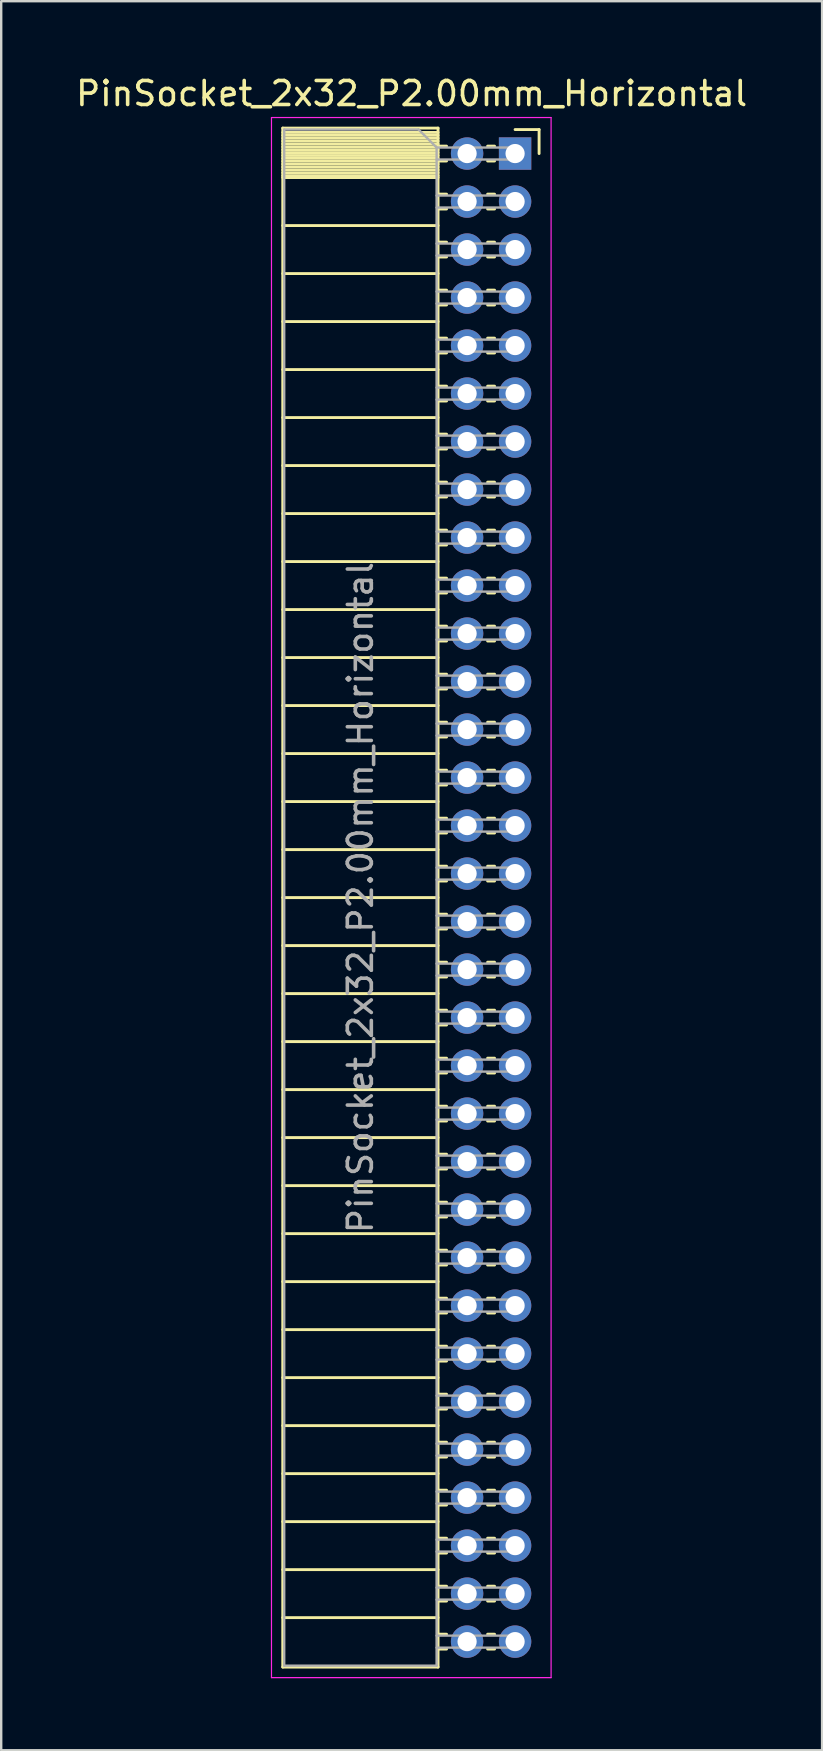
<source format=kicad_pcb>
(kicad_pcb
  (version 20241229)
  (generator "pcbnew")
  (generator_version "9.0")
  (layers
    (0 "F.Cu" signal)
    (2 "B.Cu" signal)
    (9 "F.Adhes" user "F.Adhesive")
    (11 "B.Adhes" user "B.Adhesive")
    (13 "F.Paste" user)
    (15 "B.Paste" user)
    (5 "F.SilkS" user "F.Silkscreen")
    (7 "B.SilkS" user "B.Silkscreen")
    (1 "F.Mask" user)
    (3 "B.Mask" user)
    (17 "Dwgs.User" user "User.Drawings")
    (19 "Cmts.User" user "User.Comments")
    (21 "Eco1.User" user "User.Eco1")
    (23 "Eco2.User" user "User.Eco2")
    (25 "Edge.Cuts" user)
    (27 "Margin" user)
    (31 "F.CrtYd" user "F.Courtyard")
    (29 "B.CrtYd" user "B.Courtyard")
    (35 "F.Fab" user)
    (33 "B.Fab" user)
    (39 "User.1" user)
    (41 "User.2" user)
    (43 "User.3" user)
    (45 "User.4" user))
  (footprint "PinSocket_2x32_P2.00mm_Horizontal"
    (layer "F.Cu")
    (at 18.411 3.348)
    (property "Reference" "PinSocket_2x32_P2.00mm_Horizontal" (at -4.31 -2.5 0) (layer "F.SilkS") (effects (font (size 1 1) (thickness 0.15))))
    (attr through_hole)
    (fp_line (start -9.68 -1.06) (end -3.21 -1.06) (stroke (width 0.12) (type solid)) (layer "F.SilkS"))
    (fp_line (start -9.68 -0.88) (end -3.21 -0.88) (stroke (width 0.12) (type solid)) (layer "F.SilkS"))
    (fp_line (start -9.68 -0.76) (end -3.21 -0.76) (stroke (width 0.12) (type solid)) (layer "F.SilkS"))
    (fp_line (start -9.68 -0.64) (end -3.21 -0.64) (stroke (width 0.12) (type solid)) (layer "F.SilkS"))
    (fp_line (start -9.68 -0.52) (end -3.21 -0.52) (stroke (width 0.12) (type solid)) (layer "F.SilkS"))
    (fp_line (start -9.68 -0.4) (end -3.21 -0.4) (stroke (width 0.12) (type solid)) (layer "F.SilkS"))
    (fp_line (start -9.68 -0.28) (end -3.21 -0.28) (stroke (width 0.12) (type solid)) (layer "F.SilkS"))
    (fp_line (start -9.68 -0.16) (end -3.21 -0.16) (stroke (width 0.12) (type solid)) (layer "F.SilkS"))
    (fp_line (start -9.68 -0.04) (end -3.21 -0.04) (stroke (width 0.12) (type solid)) (layer "F.SilkS"))
    (fp_line (start -9.68 0.08) (end -3.21 0.08) (stroke (width 0.12) (type solid)) (layer "F.SilkS"))
    (fp_line (start -9.68 0.2) (end -3.21 0.2) (stroke (width 0.12) (type solid)) (layer "F.SilkS"))
    (fp_line (start -9.68 0.32) (end -3.21 0.32) (stroke (width 0.12) (type solid)) (layer "F.SilkS"))
    (fp_line (start -9.68 0.44) (end -3.21 0.44) (stroke (width 0.12) (type solid)) (layer "F.SilkS"))
    (fp_line (start -9.68 0.56) (end -3.21 0.56) (stroke (width 0.12) (type solid)) (layer "F.SilkS"))
    (fp_line (start -9.68 0.68) (end -3.21 0.68) (stroke (width 0.12) (type solid)) (layer "F.SilkS"))
    (fp_line (start -9.68 0.8) (end -3.21 0.8) (stroke (width 0.12) (type solid)) (layer "F.SilkS"))
    (fp_line (start -9.68 0.92) (end -3.21 0.92) (stroke (width 0.12) (type solid)) (layer "F.SilkS"))
    (fp_line (start -9.68 1) (end -3.21 1) (stroke (width 0.12) (type solid)) (layer "F.SilkS"))
    (fp_line (start -9.68 3) (end -3.21 3) (stroke (width 0.12) (type solid)) (layer "F.SilkS"))
    (fp_line (start -9.68 5) (end -3.21 5) (stroke (width 0.12) (type solid)) (layer "F.SilkS"))
    (fp_line (start -9.68 7) (end -3.21 7) (stroke (width 0.12) (type solid)) (layer "F.SilkS"))
    (fp_line (start -9.68 9) (end -3.21 9) (stroke (width 0.12) (type solid)) (layer "F.SilkS"))
    (fp_line (start -9.68 11) (end -3.21 11) (stroke (width 0.12) (type solid)) (layer "F.SilkS"))
    (fp_line (start -9.68 13) (end -3.21 13) (stroke (width 0.12) (type solid)) (layer "F.SilkS"))
    (fp_line (start -9.68 15) (end -3.21 15) (stroke (width 0.12) (type solid)) (layer "F.SilkS"))
    (fp_line (start -9.68 17) (end -3.21 17) (stroke (width 0.12) (type solid)) (layer "F.SilkS"))
    (fp_line (start -9.68 19) (end -3.21 19) (stroke (width 0.12) (type solid)) (layer "F.SilkS"))
    (fp_line (start -9.68 21) (end -3.21 21) (stroke (width 0.12) (type solid)) (layer "F.SilkS"))
    (fp_line (start -9.68 23) (end -3.21 23) (stroke (width 0.12) (type solid)) (layer "F.SilkS"))
    (fp_line (start -9.68 25) (end -3.21 25) (stroke (width 0.12) (type solid)) (layer "F.SilkS"))
    (fp_line (start -9.68 27) (end -3.21 27) (stroke (width 0.12) (type solid)) (layer "F.SilkS"))
    (fp_line (start -9.68 29) (end -3.21 29) (stroke (width 0.12) (type solid)) (layer "F.SilkS"))
    (fp_line (start -9.68 31) (end -3.21 31) (stroke (width 0.12) (type solid)) (layer "F.SilkS"))
    (fp_line (start -9.68 33) (end -3.21 33) (stroke (width 0.12) (type solid)) (layer "F.SilkS"))
    (fp_line (start -9.68 35) (end -3.21 35) (stroke (width 0.12) (type solid)) (layer "F.SilkS"))
    (fp_line (start -9.68 37) (end -3.21 37) (stroke (width 0.12) (type solid)) (layer "F.SilkS"))
    (fp_line (start -9.68 39) (end -3.21 39) (stroke (width 0.12) (type solid)) (layer "F.SilkS"))
    (fp_line (start -9.68 41) (end -3.21 41) (stroke (width 0.12) (type solid)) (layer "F.SilkS"))
    (fp_line (start -9.68 43) (end -3.21 43) (stroke (width 0.12) (type solid)) (layer "F.SilkS"))
    (fp_line (start -9.68 45) (end -3.21 45) (stroke (width 0.12) (type solid)) (layer "F.SilkS"))
    (fp_line (start -9.68 47) (end -3.21 47) (stroke (width 0.12) (type solid)) (layer "F.SilkS"))
    (fp_line (start -9.68 49) (end -3.21 49) (stroke (width 0.12) (type solid)) (layer "F.SilkS"))
    (fp_line (start -9.68 51) (end -3.21 51) (stroke (width 0.12) (type solid)) (layer "F.SilkS"))
    (fp_line (start -9.68 53) (end -3.21 53) (stroke (width 0.12) (type solid)) (layer "F.SilkS"))
    (fp_line (start -9.68 55) (end -3.21 55) (stroke (width 0.12) (type solid)) (layer "F.SilkS"))
    (fp_line (start -9.68 57) (end -3.21 57) (stroke (width 0.12) (type solid)) (layer "F.SilkS"))
    (fp_line (start -9.68 59) (end -3.21 59) (stroke (width 0.12) (type solid)) (layer "F.SilkS"))
    (fp_line (start -9.68 61) (end -3.21 61) (stroke (width 0.12) (type solid)) (layer "F.SilkS"))
    (fp_line (start -9.68 63.06) (end -9.68 -1.06) (stroke (width 0.12) (type solid)) (layer "F.SilkS"))
    (fp_line (start -3.21 -1.06) (end -3.21 63.06) (stroke (width 0.12) (type solid)) (layer "F.SilkS"))
    (fp_line (start -3.21 -0.31) (end -2.855 -0.31) (stroke (width 0.12) (type solid)) (layer "F.SilkS"))
    (fp_line (start -3.21 1.69) (end -2.855 1.69) (stroke (width 0.12) (type solid)) (layer "F.SilkS"))
    (fp_line (start -3.21 3.69) (end -2.855 3.69) (stroke (width 0.12) (type solid)) (layer "F.SilkS"))
    (fp_line (start -3.21 5.69) (end -2.855 5.69) (stroke (width 0.12) (type solid)) (layer "F.SilkS"))
    (fp_line (start -3.21 7.69) (end -2.855 7.69) (stroke (width 0.12) (type solid)) (layer "F.SilkS"))
    (fp_line (start -3.21 9.69) (end -2.855 9.69) (stroke (width 0.12) (type solid)) (layer "F.SilkS"))
    (fp_line (start -3.21 11.69) (end -2.855 11.69) (stroke (width 0.12) (type solid)) (layer "F.SilkS"))
    (fp_line (start -3.21 13.69) (end -2.855 13.69) (stroke (width 0.12) (type solid)) (layer "F.SilkS"))
    (fp_line (start -3.21 15.69) (end -2.855 15.69) (stroke (width 0.12) (type solid)) (layer "F.SilkS"))
    (fp_line (start -3.21 17.69) (end -2.855 17.69) (stroke (width 0.12) (type solid)) (layer "F.SilkS"))
    (fp_line (start -3.21 19.69) (end -2.855 19.69) (stroke (width 0.12) (type solid)) (layer "F.SilkS"))
    (fp_line (start -3.21 21.69) (end -2.855 21.69) (stroke (width 0.12) (type solid)) (layer "F.SilkS"))
    (fp_line (start -3.21 23.69) (end -2.855 23.69) (stroke (width 0.12) (type solid)) (layer "F.SilkS"))
    (fp_line (start -3.21 25.69) (end -2.855 25.69) (stroke (width 0.12) (type solid)) (layer "F.SilkS"))
    (fp_line (start -3.21 27.69) (end -2.855 27.69) (stroke (width 0.12) (type solid)) (layer "F.SilkS"))
    (fp_line (start -3.21 29.69) (end -2.855 29.69) (stroke (width 0.12) (type solid)) (layer "F.SilkS"))
    (fp_line (start -3.21 31.69) (end -2.855 31.69) (stroke (width 0.12) (type solid)) (layer "F.SilkS"))
    (fp_line (start -3.21 33.69) (end -2.855 33.69) (stroke (width 0.12) (type solid)) (layer "F.SilkS"))
    (fp_line (start -3.21 35.69) (end -2.855 35.69) (stroke (width 0.12) (type solid)) (layer "F.SilkS"))
    (fp_line (start -3.21 37.69) (end -2.855 37.69) (stroke (width 0.12) (type solid)) (layer "F.SilkS"))
    (fp_line (start -3.21 39.69) (end -2.855 39.69) (stroke (width 0.12) (type solid)) (layer "F.SilkS"))
    (fp_line (start -3.21 41.69) (end -2.855 41.69) (stroke (width 0.12) (type solid)) (layer "F.SilkS"))
    (fp_line (start -3.21 43.69) (end -2.855 43.69) (stroke (width 0.12) (type solid)) (layer "F.SilkS"))
    (fp_line (start -3.21 45.69) (end -2.855 45.69) (stroke (width 0.12) (type solid)) (layer "F.SilkS"))
    (fp_line (start -3.21 47.69) (end -2.855 47.69) (stroke (width 0.12) (type solid)) (layer "F.SilkS"))
    (fp_line (start -3.21 49.69) (end -2.855 49.69) (stroke (width 0.12) (type solid)) (layer "F.SilkS"))
    (fp_line (start -3.21 51.69) (end -2.855 51.69) (stroke (width 0.12) (type solid)) (layer "F.SilkS"))
    (fp_line (start -3.21 53.69) (end -2.855 53.69) (stroke (width 0.12) (type solid)) (layer "F.SilkS"))
    (fp_line (start -3.21 55.69) (end -2.855 55.69) (stroke (width 0.12) (type solid)) (layer "F.SilkS"))
    (fp_line (start -3.21 57.69) (end -2.855 57.69) (stroke (width 0.12) (type solid)) (layer "F.SilkS"))
    (fp_line (start -3.21 59.69) (end -2.855 59.69) (stroke (width 0.12) (type solid)) (layer "F.SilkS"))
    (fp_line (start -3.21 61.69) (end -2.855 61.69) (stroke (width 0.12) (type solid)) (layer "F.SilkS"))
    (fp_line (start -3.21 63.06) (end -9.68 63.06) (stroke (width 0.12) (type solid)) (layer "F.SilkS"))
    (fp_line (start -2.855 0.31) (end -3.21 0.31) (stroke (width 0.12) (type solid)) (layer "F.SilkS"))
    (fp_line (start -2.855 2.31) (end -3.21 2.31) (stroke (width 0.12) (type solid)) (layer "F.SilkS"))
    (fp_line (start -2.855 4.31) (end -3.21 4.31) (stroke (width 0.12) (type solid)) (layer "F.SilkS"))
    (fp_line (start -2.855 6.31) (end -3.21 6.31) (stroke (width 0.12) (type solid)) (layer "F.SilkS"))
    (fp_line (start -2.855 8.31) (end -3.21 8.31) (stroke (width 0.12) (type solid)) (layer "F.SilkS"))
    (fp_line (start -2.855 10.31) (end -3.21 10.31) (stroke (width 0.12) (type solid)) (layer "F.SilkS"))
    (fp_line (start -2.855 12.31) (end -3.21 12.31) (stroke (width 0.12) (type solid)) (layer "F.SilkS"))
    (fp_line (start -2.855 14.31) (end -3.21 14.31) (stroke (width 0.12) (type solid)) (layer "F.SilkS"))
    (fp_line (start -2.855 16.31) (end -3.21 16.31) (stroke (width 0.12) (type solid)) (layer "F.SilkS"))
    (fp_line (start -2.855 18.31) (end -3.21 18.31) (stroke (width 0.12) (type solid)) (layer "F.SilkS"))
    (fp_line (start -2.855 20.31) (end -3.21 20.31) (stroke (width 0.12) (type solid)) (layer "F.SilkS"))
    (fp_line (start -2.855 22.31) (end -3.21 22.31) (stroke (width 0.12) (type solid)) (layer "F.SilkS"))
    (fp_line (start -2.855 24.31) (end -3.21 24.31) (stroke (width 0.12) (type solid)) (layer "F.SilkS"))
    (fp_line (start -2.855 26.31) (end -3.21 26.31) (stroke (width 0.12) (type solid)) (layer "F.SilkS"))
    (fp_line (start -2.855 28.31) (end -3.21 28.31) (stroke (width 0.12) (type solid)) (layer "F.SilkS"))
    (fp_line (start -2.855 30.31) (end -3.21 30.31) (stroke (width 0.12) (type solid)) (layer "F.SilkS"))
    (fp_line (start -2.855 32.31) (end -3.21 32.31) (stroke (width 0.12) (type solid)) (layer "F.SilkS"))
    (fp_line (start -2.855 34.31) (end -3.21 34.31) (stroke (width 0.12) (type solid)) (layer "F.SilkS"))
    (fp_line (start -2.855 36.31) (end -3.21 36.31) (stroke (width 0.12) (type solid)) (layer "F.SilkS"))
    (fp_line (start -2.855 38.31) (end -3.21 38.31) (stroke (width 0.12) (type solid)) (layer "F.SilkS"))
    (fp_line (start -2.855 40.31) (end -3.21 40.31) (stroke (width 0.12) (type solid)) (layer "F.SilkS"))
    (fp_line (start -2.855 42.31) (end -3.21 42.31) (stroke (width 0.12) (type solid)) (layer "F.SilkS"))
    (fp_line (start -2.855 44.31) (end -3.21 44.31) (stroke (width 0.12) (type solid)) (layer "F.SilkS"))
    (fp_line (start -2.855 46.31) (end -3.21 46.31) (stroke (width 0.12) (type solid)) (layer "F.SilkS"))
    (fp_line (start -2.855 48.31) (end -3.21 48.31) (stroke (width 0.12) (type solid)) (layer "F.SilkS"))
    (fp_line (start -2.855 50.31) (end -3.21 50.31) (stroke (width 0.12) (type solid)) (layer "F.SilkS"))
    (fp_line (start -2.855 52.31) (end -3.21 52.31) (stroke (width 0.12) (type solid)) (layer "F.SilkS"))
    (fp_line (start -2.855 54.31) (end -3.21 54.31) (stroke (width 0.12) (type solid)) (layer "F.SilkS"))
    (fp_line (start -2.855 56.31) (end -3.21 56.31) (stroke (width 0.12) (type solid)) (layer "F.SilkS"))
    (fp_line (start -2.855 58.31) (end -3.21 58.31) (stroke (width 0.12) (type solid)) (layer "F.SilkS"))
    (fp_line (start -2.855 60.31) (end -3.21 60.31) (stroke (width 0.12) (type solid)) (layer "F.SilkS"))
    (fp_line (start -2.855 62.31) (end -3.21 62.31) (stroke (width 0.12) (type solid)) (layer "F.SilkS"))
    (fp_line (start -1.145 0.31) (end -0.855 0.31) (stroke (width 0.12) (type solid)) (layer "F.SilkS"))
    (fp_line (start -1.145 2.31) (end -0.855 2.31) (stroke (width 0.12) (type solid)) (layer "F.SilkS"))
    (fp_line (start -1.145 4.31) (end -0.855 4.31) (stroke (width 0.12) (type solid)) (layer "F.SilkS"))
    (fp_line (start -1.145 6.31) (end -0.855 6.31) (stroke (width 0.12) (type solid)) (layer "F.SilkS"))
    (fp_line (start -1.145 8.31) (end -0.855 8.31) (stroke (width 0.12) (type solid)) (layer "F.SilkS"))
    (fp_line (start -1.145 10.31) (end -0.855 10.31) (stroke (width 0.12) (type solid)) (layer "F.SilkS"))
    (fp_line (start -1.145 12.31) (end -0.855 12.31) (stroke (width 0.12) (type solid)) (layer "F.SilkS"))
    (fp_line (start -1.145 14.31) (end -0.855 14.31) (stroke (width 0.12) (type solid)) (layer "F.SilkS"))
    (fp_line (start -1.145 16.31) (end -0.855 16.31) (stroke (width 0.12) (type solid)) (layer "F.SilkS"))
    (fp_line (start -1.145 18.31) (end -0.855 18.31) (stroke (width 0.12) (type solid)) (layer "F.SilkS"))
    (fp_line (start -1.145 20.31) (end -0.855 20.31) (stroke (width 0.12) (type solid)) (layer "F.SilkS"))
    (fp_line (start -1.145 22.31) (end -0.855 22.31) (stroke (width 0.12) (type solid)) (layer "F.SilkS"))
    (fp_line (start -1.145 24.31) (end -0.855 24.31) (stroke (width 0.12) (type solid)) (layer "F.SilkS"))
    (fp_line (start -1.145 26.31) (end -0.855 26.31) (stroke (width 0.12) (type solid)) (layer "F.SilkS"))
    (fp_line (start -1.145 28.31) (end -0.855 28.31) (stroke (width 0.12) (type solid)) (layer "F.SilkS"))
    (fp_line (start -1.145 30.31) (end -0.855 30.31) (stroke (width 0.12) (type solid)) (layer "F.SilkS"))
    (fp_line (start -1.145 32.31) (end -0.855 32.31) (stroke (width 0.12) (type solid)) (layer "F.SilkS"))
    (fp_line (start -1.145 34.31) (end -0.855 34.31) (stroke (width 0.12) (type solid)) (layer "F.SilkS"))
    (fp_line (start -1.145 36.31) (end -0.855 36.31) (stroke (width 0.12) (type solid)) (layer "F.SilkS"))
    (fp_line (start -1.145 38.31) (end -0.855 38.31) (stroke (width 0.12) (type solid)) (layer "F.SilkS"))
    (fp_line (start -1.145 40.31) (end -0.855 40.31) (stroke (width 0.12) (type solid)) (layer "F.SilkS"))
    (fp_line (start -1.145 42.31) (end -0.855 42.31) (stroke (width 0.12) (type solid)) (layer "F.SilkS"))
    (fp_line (start -1.145 44.31) (end -0.855 44.31) (stroke (width 0.12) (type solid)) (layer "F.SilkS"))
    (fp_line (start -1.145 46.31) (end -0.855 46.31) (stroke (width 0.12) (type solid)) (layer "F.SilkS"))
    (fp_line (start -1.145 48.31) (end -0.855 48.31) (stroke (width 0.12) (type solid)) (layer "F.SilkS"))
    (fp_line (start -1.145 50.31) (end -0.855 50.31) (stroke (width 0.12) (type solid)) (layer "F.SilkS"))
    (fp_line (start -1.145 52.31) (end -0.855 52.31) (stroke (width 0.12) (type solid)) (layer "F.SilkS"))
    (fp_line (start -1.145 54.31) (end -0.855 54.31) (stroke (width 0.12) (type solid)) (layer "F.SilkS"))
    (fp_line (start -1.145 56.31) (end -0.855 56.31) (stroke (width 0.12) (type solid)) (layer "F.SilkS"))
    (fp_line (start -1.145 58.31) (end -0.855 58.31) (stroke (width 0.12) (type solid)) (layer "F.SilkS"))
    (fp_line (start -1.145 60.31) (end -0.855 60.31) (stroke (width 0.12) (type solid)) (layer "F.SilkS"))
    (fp_line (start -1.145 62.31) (end -0.855 62.31) (stroke (width 0.12) (type solid)) (layer "F.SilkS"))
    (fp_line (start -0.855 -0.31) (end -1.145 -0.31) (stroke (width 0.12) (type solid)) (layer "F.SilkS"))
    (fp_line (start -0.855 1.69) (end -1.145 1.69) (stroke (width 0.12) (type solid)) (layer "F.SilkS"))
    (fp_line (start -0.855 3.69) (end -1.145 3.69) (stroke (width 0.12) (type solid)) (layer "F.SilkS"))
    (fp_line (start -0.855 5.69) (end -1.145 5.69) (stroke (width 0.12) (type solid)) (layer "F.SilkS"))
    (fp_line (start -0.855 7.69) (end -1.145 7.69) (stroke (width 0.12) (type solid)) (layer "F.SilkS"))
    (fp_line (start -0.855 9.69) (end -1.145 9.69) (stroke (width 0.12) (type solid)) (layer "F.SilkS"))
    (fp_line (start -0.855 11.69) (end -1.145 11.69) (stroke (width 0.12) (type solid)) (layer "F.SilkS"))
    (fp_line (start -0.855 13.69) (end -1.145 13.69) (stroke (width 0.12) (type solid)) (layer "F.SilkS"))
    (fp_line (start -0.855 15.69) (end -1.145 15.69) (stroke (width 0.12) (type solid)) (layer "F.SilkS"))
    (fp_line (start -0.855 17.69) (end -1.145 17.69) (stroke (width 0.12) (type solid)) (layer "F.SilkS"))
    (fp_line (start -0.855 19.69) (end -1.145 19.69) (stroke (width 0.12) (type solid)) (layer "F.SilkS"))
    (fp_line (start -0.855 21.69) (end -1.145 21.69) (stroke (width 0.12) (type solid)) (layer "F.SilkS"))
    (fp_line (start -0.855 23.69) (end -1.145 23.69) (stroke (width 0.12) (type solid)) (layer "F.SilkS"))
    (fp_line (start -0.855 25.69) (end -1.145 25.69) (stroke (width 0.12) (type solid)) (layer "F.SilkS"))
    (fp_line (start -0.855 27.69) (end -1.145 27.69) (stroke (width 0.12) (type solid)) (layer "F.SilkS"))
    (fp_line (start -0.855 29.69) (end -1.145 29.69) (stroke (width 0.12) (type solid)) (layer "F.SilkS"))
    (fp_line (start -0.855 31.69) (end -1.145 31.69) (stroke (width 0.12) (type solid)) (layer "F.SilkS"))
    (fp_line (start -0.855 33.69) (end -1.145 33.69) (stroke (width 0.12) (type solid)) (layer "F.SilkS"))
    (fp_line (start -0.855 35.69) (end -1.145 35.69) (stroke (width 0.12) (type solid)) (layer "F.SilkS"))
    (fp_line (start -0.855 37.69) (end -1.145 37.69) (stroke (width 0.12) (type solid)) (layer "F.SilkS"))
    (fp_line (start -0.855 39.69) (end -1.145 39.69) (stroke (width 0.12) (type solid)) (layer "F.SilkS"))
    (fp_line (start -0.855 41.69) (end -1.145 41.69) (stroke (width 0.12) (type solid)) (layer "F.SilkS"))
    (fp_line (start -0.855 43.69) (end -1.145 43.69) (stroke (width 0.12) (type solid)) (layer "F.SilkS"))
    (fp_line (start -0.855 45.69) (end -1.145 45.69) (stroke (width 0.12) (type solid)) (layer "F.SilkS"))
    (fp_line (start -0.855 47.69) (end -1.145 47.69) (stroke (width 0.12) (type solid)) (layer "F.SilkS"))
    (fp_line (start -0.855 49.69) (end -1.145 49.69) (stroke (width 0.12) (type solid)) (layer "F.SilkS"))
    (fp_line (start -0.855 51.69) (end -1.145 51.69) (stroke (width 0.12) (type solid)) (layer "F.SilkS"))
    (fp_line (start -0.855 53.69) (end -1.145 53.69) (stroke (width 0.12) (type solid)) (layer "F.SilkS"))
    (fp_line (start -0.855 55.69) (end -1.145 55.69) (stroke (width 0.12) (type solid)) (layer "F.SilkS"))
    (fp_line (start -0.855 57.69) (end -1.145 57.69) (stroke (width 0.12) (type solid)) (layer "F.SilkS"))
    (fp_line (start -0.855 59.69) (end -1.145 59.69) (stroke (width 0.12) (type solid)) (layer "F.SilkS"))
    (fp_line (start -0.855 61.69) (end -1.145 61.69) (stroke (width 0.12) (type solid)) (layer "F.SilkS"))
    (fp_line (start 0 -1) (end 1 -1) (stroke (width 0.12) (type solid)) (layer "F.SilkS"))
    (fp_line (start 1 -1) (end 1 0) (stroke (width 0.12) (type solid)) (layer "F.SilkS"))
    (fp_line (start -10.15 -1.5) (end -10.15 63.5) (stroke (width 0.05) (type solid)) (layer "F.CrtYd"))
    (fp_line (start -10.15 63.5) (end 1.5 63.5) (stroke (width 0.05) (type solid)) (layer "F.CrtYd"))
    (fp_line (start 1.5 -1.5) (end -10.15 -1.5) (stroke (width 0.05) (type solid)) (layer "F.CrtYd"))
    (fp_line (start 1.5 63.5) (end 1.5 -1.5) (stroke (width 0.05) (type solid)) (layer "F.CrtYd"))
    (fp_line (start -9.62 -1) (end -4.02 -1) (stroke (width 0.1) (type solid)) (layer "F.Fab"))
    (fp_line (start -9.62 63) (end -9.62 -1) (stroke (width 0.1) (type solid)) (layer "F.Fab"))
    (fp_line (start -4.02 -1) (end -3.27 -0.25) (stroke (width 0.1) (type solid)) (layer "F.Fab"))
    (fp_line (start -3.27 -0.25) (end -3.27 63) (stroke (width 0.1) (type solid)) (layer "F.Fab"))
    (fp_line (start -3.27 0.25) (end 0 0.25) (stroke (width 0.1) (type solid)) (layer "F.Fab"))
    (fp_line (start -3.27 2.25) (end 0 2.25) (stroke (width 0.1) (type solid)) (layer "F.Fab"))
    (fp_line (start -3.27 4.25) (end 0 4.25) (stroke (width 0.1) (type solid)) (layer "F.Fab"))
    (fp_line (start -3.27 6.25) (end 0 6.25) (stroke (width 0.1) (type solid)) (layer "F.Fab"))
    (fp_line (start -3.27 8.25) (end 0 8.25) (stroke (width 0.1) (type solid)) (layer "F.Fab"))
    (fp_line (start -3.27 10.25) (end 0 10.25) (stroke (width 0.1) (type solid)) (layer "F.Fab"))
    (fp_line (start -3.27 12.25) (end 0 12.25) (stroke (width 0.1) (type solid)) (layer "F.Fab"))
    (fp_line (start -3.27 14.25) (end 0 14.25) (stroke (width 0.1) (type solid)) (layer "F.Fab"))
    (fp_line (start -3.27 16.25) (end 0 16.25) (stroke (width 0.1) (type solid)) (layer "F.Fab"))
    (fp_line (start -3.27 18.25) (end 0 18.25) (stroke (width 0.1) (type solid)) (layer "F.Fab"))
    (fp_line (start -3.27 20.25) (end 0 20.25) (stroke (width 0.1) (type solid)) (layer "F.Fab"))
    (fp_line (start -3.27 22.25) (end 0 22.25) (stroke (width 0.1) (type solid)) (layer "F.Fab"))
    (fp_line (start -3.27 24.25) (end 0 24.25) (stroke (width 0.1) (type solid)) (layer "F.Fab"))
    (fp_line (start -3.27 26.25) (end 0 26.25) (stroke (width 0.1) (type solid)) (layer "F.Fab"))
    (fp_line (start -3.27 28.25) (end 0 28.25) (stroke (width 0.1) (type solid)) (layer "F.Fab"))
    (fp_line (start -3.27 30.25) (end 0 30.25) (stroke (width 0.1) (type solid)) (layer "F.Fab"))
    (fp_line (start -3.27 32.25) (end 0 32.25) (stroke (width 0.1) (type solid)) (layer "F.Fab"))
    (fp_line (start -3.27 34.25) (end 0 34.25) (stroke (width 0.1) (type solid)) (layer "F.Fab"))
    (fp_line (start -3.27 36.25) (end 0 36.25) (stroke (width 0.1) (type solid)) (layer "F.Fab"))
    (fp_line (start -3.27 38.25) (end 0 38.25) (stroke (width 0.1) (type solid)) (layer "F.Fab"))
    (fp_line (start -3.27 40.25) (end 0 40.25) (stroke (width 0.1) (type solid)) (layer "F.Fab"))
    (fp_line (start -3.27 42.25) (end 0 42.25) (stroke (width 0.1) (type solid)) (layer "F.Fab"))
    (fp_line (start -3.27 44.25) (end 0 44.25) (stroke (width 0.1) (type solid)) (layer "F.Fab"))
    (fp_line (start -3.27 46.25) (end 0 46.25) (stroke (width 0.1) (type solid)) (layer "F.Fab"))
    (fp_line (start -3.27 48.25) (end 0 48.25) (stroke (width 0.1) (type solid)) (layer "F.Fab"))
    (fp_line (start -3.27 50.25) (end 0 50.25) (stroke (width 0.1) (type solid)) (layer "F.Fab"))
    (fp_line (start -3.27 52.25) (end 0 52.25) (stroke (width 0.1) (type solid)) (layer "F.Fab"))
    (fp_line (start -3.27 54.25) (end 0 54.25) (stroke (width 0.1) (type solid)) (layer "F.Fab"))
    (fp_line (start -3.27 56.25) (end 0 56.25) (stroke (width 0.1) (type solid)) (layer "F.Fab"))
    (fp_line (start -3.27 58.25) (end 0 58.25) (stroke (width 0.1) (type solid)) (layer "F.Fab"))
    (fp_line (start -3.27 60.25) (end 0 60.25) (stroke (width 0.1) (type solid)) (layer "F.Fab"))
    (fp_line (start -3.27 62.25) (end 0 62.25) (stroke (width 0.1) (type solid)) (layer "F.Fab"))
    (fp_line (start -3.27 63) (end -9.62 63) (stroke (width 0.1) (type solid)) (layer "F.Fab"))
    (fp_line (start 0 -0.25) (end -3.27 -0.25) (stroke (width 0.1) (type solid)) (layer "F.Fab"))
    (fp_line (start 0 0.25) (end 0 -0.25) (stroke (width 0.1) (type solid)) (layer "F.Fab"))
    (fp_line (start 0 1.75) (end -3.27 1.75) (stroke (width 0.1) (type solid)) (layer "F.Fab"))
    (fp_line (start 0 2.25) (end 0 1.75) (stroke (width 0.1) (type solid)) (layer "F.Fab"))
    (fp_line (start 0 3.75) (end -3.27 3.75) (stroke (width 0.1) (type solid)) (layer "F.Fab"))
    (fp_line (start 0 4.25) (end 0 3.75) (stroke (width 0.1) (type solid)) (layer "F.Fab"))
    (fp_line (start 0 5.75) (end -3.27 5.75) (stroke (width 0.1) (type solid)) (layer "F.Fab"))
    (fp_line (start 0 6.25) (end 0 5.75) (stroke (width 0.1) (type solid)) (layer "F.Fab"))
    (fp_line (start 0 7.75) (end -3.27 7.75) (stroke (width 0.1) (type solid)) (layer "F.Fab"))
    (fp_line (start 0 8.25) (end 0 7.75) (stroke (width 0.1) (type solid)) (layer "F.Fab"))
    (fp_line (start 0 9.75) (end -3.27 9.75) (stroke (width 0.1) (type solid)) (layer "F.Fab"))
    (fp_line (start 0 10.25) (end 0 9.75) (stroke (width 0.1) (type solid)) (layer "F.Fab"))
    (fp_line (start 0 11.75) (end -3.27 11.75) (stroke (width 0.1) (type solid)) (layer "F.Fab"))
    (fp_line (start 0 12.25) (end 0 11.75) (stroke (width 0.1) (type solid)) (layer "F.Fab"))
    (fp_line (start 0 13.75) (end -3.27 13.75) (stroke (width 0.1) (type solid)) (layer "F.Fab"))
    (fp_line (start 0 14.25) (end 0 13.75) (stroke (width 0.1) (type solid)) (layer "F.Fab"))
    (fp_line (start 0 15.75) (end -3.27 15.75) (stroke (width 0.1) (type solid)) (layer "F.Fab"))
    (fp_line (start 0 16.25) (end 0 15.75) (stroke (width 0.1) (type solid)) (layer "F.Fab"))
    (fp_line (start 0 17.75) (end -3.27 17.75) (stroke (width 0.1) (type solid)) (layer "F.Fab"))
    (fp_line (start 0 18.25) (end 0 17.75) (stroke (width 0.1) (type solid)) (layer "F.Fab"))
    (fp_line (start 0 19.75) (end -3.27 19.75) (stroke (width 0.1) (type solid)) (layer "F.Fab"))
    (fp_line (start 0 20.25) (end 0 19.75) (stroke (width 0.1) (type solid)) (layer "F.Fab"))
    (fp_line (start 0 21.75) (end -3.27 21.75) (stroke (width 0.1) (type solid)) (layer "F.Fab"))
    (fp_line (start 0 22.25) (end 0 21.75) (stroke (width 0.1) (type solid)) (layer "F.Fab"))
    (fp_line (start 0 23.75) (end -3.27 23.75) (stroke (width 0.1) (type solid)) (layer "F.Fab"))
    (fp_line (start 0 24.25) (end 0 23.75) (stroke (width 0.1) (type solid)) (layer "F.Fab"))
    (fp_line (start 0 25.75) (end -3.27 25.75) (stroke (width 0.1) (type solid)) (layer "F.Fab"))
    (fp_line (start 0 26.25) (end 0 25.75) (stroke (width 0.1) (type solid)) (layer "F.Fab"))
    (fp_line (start 0 27.75) (end -3.27 27.75) (stroke (width 0.1) (type solid)) (layer "F.Fab"))
    (fp_line (start 0 28.25) (end 0 27.75) (stroke (width 0.1) (type solid)) (layer "F.Fab"))
    (fp_line (start 0 29.75) (end -3.27 29.75) (stroke (width 0.1) (type solid)) (layer "F.Fab"))
    (fp_line (start 0 30.25) (end 0 29.75) (stroke (width 0.1) (type solid)) (layer "F.Fab"))
    (fp_line (start 0 31.75) (end -3.27 31.75) (stroke (width 0.1) (type solid)) (layer "F.Fab"))
    (fp_line (start 0 32.25) (end 0 31.75) (stroke (width 0.1) (type solid)) (layer "F.Fab"))
    (fp_line (start 0 33.75) (end -3.27 33.75) (stroke (width 0.1) (type solid)) (layer "F.Fab"))
    (fp_line (start 0 34.25) (end 0 33.75) (stroke (width 0.1) (type solid)) (layer "F.Fab"))
    (fp_line (start 0 35.75) (end -3.27 35.75) (stroke (width 0.1) (type solid)) (layer "F.Fab"))
    (fp_line (start 0 36.25) (end 0 35.75) (stroke (width 0.1) (type solid)) (layer "F.Fab"))
    (fp_line (start 0 37.75) (end -3.27 37.75) (stroke (width 0.1) (type solid)) (layer "F.Fab"))
    (fp_line (start 0 38.25) (end 0 37.75) (stroke (width 0.1) (type solid)) (layer "F.Fab"))
    (fp_line (start 0 39.75) (end -3.27 39.75) (stroke (width 0.1) (type solid)) (layer "F.Fab"))
    (fp_line (start 0 40.25) (end 0 39.75) (stroke (width 0.1) (type solid)) (layer "F.Fab"))
    (fp_line (start 0 41.75) (end -3.27 41.75) (stroke (width 0.1) (type solid)) (layer "F.Fab"))
    (fp_line (start 0 42.25) (end 0 41.75) (stroke (width 0.1) (type solid)) (layer "F.Fab"))
    (fp_line (start 0 43.75) (end -3.27 43.75) (stroke (width 0.1) (type solid)) (layer "F.Fab"))
    (fp_line (start 0 44.25) (end 0 43.75) (stroke (width 0.1) (type solid)) (layer "F.Fab"))
    (fp_line (start 0 45.75) (end -3.27 45.75) (stroke (width 0.1) (type solid)) (layer "F.Fab"))
    (fp_line (start 0 46.25) (end 0 45.75) (stroke (width 0.1) (type solid)) (layer "F.Fab"))
    (fp_line (start 0 47.75) (end -3.27 47.75) (stroke (width 0.1) (type solid)) (layer "F.Fab"))
    (fp_line (start 0 48.25) (end 0 47.75) (stroke (width 0.1) (type solid)) (layer "F.Fab"))
    (fp_line (start 0 49.75) (end -3.27 49.75) (stroke (width 0.1) (type solid)) (layer "F.Fab"))
    (fp_line (start 0 50.25) (end 0 49.75) (stroke (width 0.1) (type solid)) (layer "F.Fab"))
    (fp_line (start 0 51.75) (end -3.27 51.75) (stroke (width 0.1) (type solid)) (layer "F.Fab"))
    (fp_line (start 0 52.25) (end 0 51.75) (stroke (width 0.1) (type solid)) (layer "F.Fab"))
    (fp_line (start 0 53.75) (end -3.27 53.75) (stroke (width 0.1) (type solid)) (layer "F.Fab"))
    (fp_line (start 0 54.25) (end 0 53.75) (stroke (width 0.1) (type solid)) (layer "F.Fab"))
    (fp_line (start 0 55.75) (end -3.27 55.75) (stroke (width 0.1) (type solid)) (layer "F.Fab"))
    (fp_line (start 0 56.25) (end 0 55.75) (stroke (width 0.1) (type solid)) (layer "F.Fab"))
    (fp_line (start 0 57.75) (end -3.27 57.75) (stroke (width 0.1) (type solid)) (layer "F.Fab"))
    (fp_line (start 0 58.25) (end 0 57.75) (stroke (width 0.1) (type solid)) (layer "F.Fab"))
    (fp_line (start 0 59.75) (end -3.27 59.75) (stroke (width 0.1) (type solid)) (layer "F.Fab"))
    (fp_line (start 0 60.25) (end 0 59.75) (stroke (width 0.1) (type solid)) (layer "F.Fab"))
    (fp_line (start 0 61.75) (end -3.27 61.75) (stroke (width 0.1) (type solid)) (layer "F.Fab"))
    (fp_line (start 0 62.25) (end 0 61.75) (stroke (width 0.1) (type solid)) (layer "F.Fab"))
    (fp_text user "${REFERENCE}" (at -6.445 31 90) (layer "F.Fab") (effects (font (size 1 1) (thickness 0.15))))
    (pad "1" thru_hole rect (at 0 0) (size 1.35 1.35) (drill 0.8) (layers "*.Cu" "*.Mask"))
    (pad "2" thru_hole oval (at -2 0) (size 1.35 1.35) (drill 0.8) (layers "*.Cu" "*.Mask"))
    (pad "3" thru_hole oval (at 0 2) (size 1.35 1.35) (drill 0.8) (layers "*.Cu" "*.Mask"))
    (pad "4" thru_hole oval (at -2 2) (size 1.35 1.35) (drill 0.8) (layers "*.Cu" "*.Mask"))
    (pad "5" thru_hole oval (at 0 4) (size 1.35 1.35) (drill 0.8) (layers "*.Cu" "*.Mask"))
    (pad "6" thru_hole oval (at -2 4) (size 1.35 1.35) (drill 0.8) (layers "*.Cu" "*.Mask"))
    (pad "7" thru_hole oval (at 0 6) (size 1.35 1.35) (drill 0.8) (layers "*.Cu" "*.Mask"))
    (pad "8" thru_hole oval (at -2 6) (size 1.35 1.35) (drill 0.8) (layers "*.Cu" "*.Mask"))
    (pad "9" thru_hole oval (at 0 8) (size 1.35 1.35) (drill 0.8) (layers "*.Cu" "*.Mask"))
    (pad "10" thru_hole oval (at -2 8) (size 1.35 1.35) (drill 0.8) (layers "*.Cu" "*.Mask"))
    (pad "11" thru_hole oval (at 0 10) (size 1.35 1.35) (drill 0.8) (layers "*.Cu" "*.Mask"))
    (pad "12" thru_hole oval (at -2 10) (size 1.35 1.35) (drill 0.8) (layers "*.Cu" "*.Mask"))
    (pad "13" thru_hole oval (at 0 12) (size 1.35 1.35) (drill 0.8) (layers "*.Cu" "*.Mask"))
    (pad "14" thru_hole oval (at -2 12) (size 1.35 1.35) (drill 0.8) (layers "*.Cu" "*.Mask"))
    (pad "15" thru_hole oval (at 0 14) (size 1.35 1.35) (drill 0.8) (layers "*.Cu" "*.Mask"))
    (pad "16" thru_hole oval (at -2 14) (size 1.35 1.35) (drill 0.8) (layers "*.Cu" "*.Mask"))
    (pad "17" thru_hole oval (at 0 16) (size 1.35 1.35) (drill 0.8) (layers "*.Cu" "*.Mask"))
    (pad "18" thru_hole oval (at -2 16) (size 1.35 1.35) (drill 0.8) (layers "*.Cu" "*.Mask"))
    (pad "19" thru_hole oval (at 0 18) (size 1.35 1.35) (drill 0.8) (layers "*.Cu" "*.Mask"))
    (pad "20" thru_hole oval (at -2 18) (size 1.35 1.35) (drill 0.8) (layers "*.Cu" "*.Mask"))
    (pad "21" thru_hole oval (at 0 20) (size 1.35 1.35) (drill 0.8) (layers "*.Cu" "*.Mask"))
    (pad "22" thru_hole oval (at -2 20) (size 1.35 1.35) (drill 0.8) (layers "*.Cu" "*.Mask"))
    (pad "23" thru_hole oval (at 0 22) (size 1.35 1.35) (drill 0.8) (layers "*.Cu" "*.Mask"))
    (pad "24" thru_hole oval (at -2 22) (size 1.35 1.35) (drill 0.8) (layers "*.Cu" "*.Mask"))
    (pad "25" thru_hole oval (at 0 24) (size 1.35 1.35) (drill 0.8) (layers "*.Cu" "*.Mask"))
    (pad "26" thru_hole oval (at -2 24) (size 1.35 1.35) (drill 0.8) (layers "*.Cu" "*.Mask"))
    (pad "27" thru_hole oval (at 0 26) (size 1.35 1.35) (drill 0.8) (layers "*.Cu" "*.Mask"))
    (pad "28" thru_hole oval (at -2 26) (size 1.35 1.35) (drill 0.8) (layers "*.Cu" "*.Mask"))
    (pad "29" thru_hole oval (at 0 28) (size 1.35 1.35) (drill 0.8) (layers "*.Cu" "*.Mask"))
    (pad "30" thru_hole oval (at -2 28) (size 1.35 1.35) (drill 0.8) (layers "*.Cu" "*.Mask"))
    (pad "31" thru_hole oval (at 0 30) (size 1.35 1.35) (drill 0.8) (layers "*.Cu" "*.Mask"))
    (pad "32" thru_hole oval (at -2 30) (size 1.35 1.35) (drill 0.8) (layers "*.Cu" "*.Mask"))
    (pad "33" thru_hole oval (at 0 32) (size 1.35 1.35) (drill 0.8) (layers "*.Cu" "*.Mask"))
    (pad "34" thru_hole oval (at -2 32) (size 1.35 1.35) (drill 0.8) (layers "*.Cu" "*.Mask"))
    (pad "35" thru_hole oval (at 0 34) (size 1.35 1.35) (drill 0.8) (layers "*.Cu" "*.Mask"))
    (pad "36" thru_hole oval (at -2 34) (size 1.35 1.35) (drill 0.8) (layers "*.Cu" "*.Mask"))
    (pad "37" thru_hole oval (at 0 36) (size 1.35 1.35) (drill 0.8) (layers "*.Cu" "*.Mask"))
    (pad "38" thru_hole oval (at -2 36) (size 1.35 1.35) (drill 0.8) (layers "*.Cu" "*.Mask"))
    (pad "39" thru_hole oval (at 0 38) (size 1.35 1.35) (drill 0.8) (layers "*.Cu" "*.Mask"))
    (pad "40" thru_hole oval (at -2 38) (size 1.35 1.35) (drill 0.8) (layers "*.Cu" "*.Mask"))
    (pad "41" thru_hole oval (at 0 40) (size 1.35 1.35) (drill 0.8) (layers "*.Cu" "*.Mask"))
    (pad "42" thru_hole oval (at -2 40) (size 1.35 1.35) (drill 0.8) (layers "*.Cu" "*.Mask"))
    (pad "43" thru_hole oval (at 0 42) (size 1.35 1.35) (drill 0.8) (layers "*.Cu" "*.Mask"))
    (pad "44" thru_hole oval (at -2 42) (size 1.35 1.35) (drill 0.8) (layers "*.Cu" "*.Mask"))
    (pad "45" thru_hole oval (at 0 44) (size 1.35 1.35) (drill 0.8) (layers "*.Cu" "*.Mask"))
    (pad "46" thru_hole oval (at -2 44) (size 1.35 1.35) (drill 0.8) (layers "*.Cu" "*.Mask"))
    (pad "47" thru_hole oval (at 0 46) (size 1.35 1.35) (drill 0.8) (layers "*.Cu" "*.Mask"))
    (pad "48" thru_hole oval (at -2 46) (size 1.35 1.35) (drill 0.8) (layers "*.Cu" "*.Mask"))
    (pad "49" thru_hole oval (at 0 48) (size 1.35 1.35) (drill 0.8) (layers "*.Cu" "*.Mask"))
    (pad "50" thru_hole oval (at -2 48) (size 1.35 1.35) (drill 0.8) (layers "*.Cu" "*.Mask"))
    (pad "51" thru_hole oval (at 0 50) (size 1.35 1.35) (drill 0.8) (layers "*.Cu" "*.Mask"))
    (pad "52" thru_hole oval (at -2 50) (size 1.35 1.35) (drill 0.8) (layers "*.Cu" "*.Mask"))
    (pad "53" thru_hole oval (at 0 52) (size 1.35 1.35) (drill 0.8) (layers "*.Cu" "*.Mask"))
    (pad "54" thru_hole oval (at -2 52) (size 1.35 1.35) (drill 0.8) (layers "*.Cu" "*.Mask"))
    (pad "55" thru_hole oval (at 0 54) (size 1.35 1.35) (drill 0.8) (layers "*.Cu" "*.Mask"))
    (pad "56" thru_hole oval (at -2 54) (size 1.35 1.35) (drill 0.8) (layers "*.Cu" "*.Mask"))
    (pad "57" thru_hole oval (at 0 56) (size 1.35 1.35) (drill 0.8) (layers "*.Cu" "*.Mask"))
    (pad "58" thru_hole oval (at -2 56) (size 1.35 1.35) (drill 0.8) (layers "*.Cu" "*.Mask"))
    (pad "59" thru_hole oval (at 0 58) (size 1.35 1.35) (drill 0.8) (layers "*.Cu" "*.Mask"))
    (pad "60" thru_hole oval (at -2 58) (size 1.35 1.35) (drill 0.8) (layers "*.Cu" "*.Mask"))
    (pad "61" thru_hole oval (at 0 60) (size 1.35 1.35) (drill 0.8) (layers "*.Cu" "*.Mask"))
    (pad "62" thru_hole oval (at -2 60) (size 1.35 1.35) (drill 0.8) (layers "*.Cu" "*.Mask"))
    (pad "63" thru_hole oval (at 0 62) (size 1.35 1.35) (drill 0.8) (layers "*.Cu" "*.Mask"))
    (pad "64" thru_hole oval (at -2 62) (size 1.35 1.35) (drill 0.8) (layers "*.Cu" "*.Mask")))
  (gr_rect
    (start -3 -3)
    (end 31.202 69.873)
    (stroke (width 0.1) (type default))
    (fill no)
    (layer "Edge.Cuts")))
</source>
